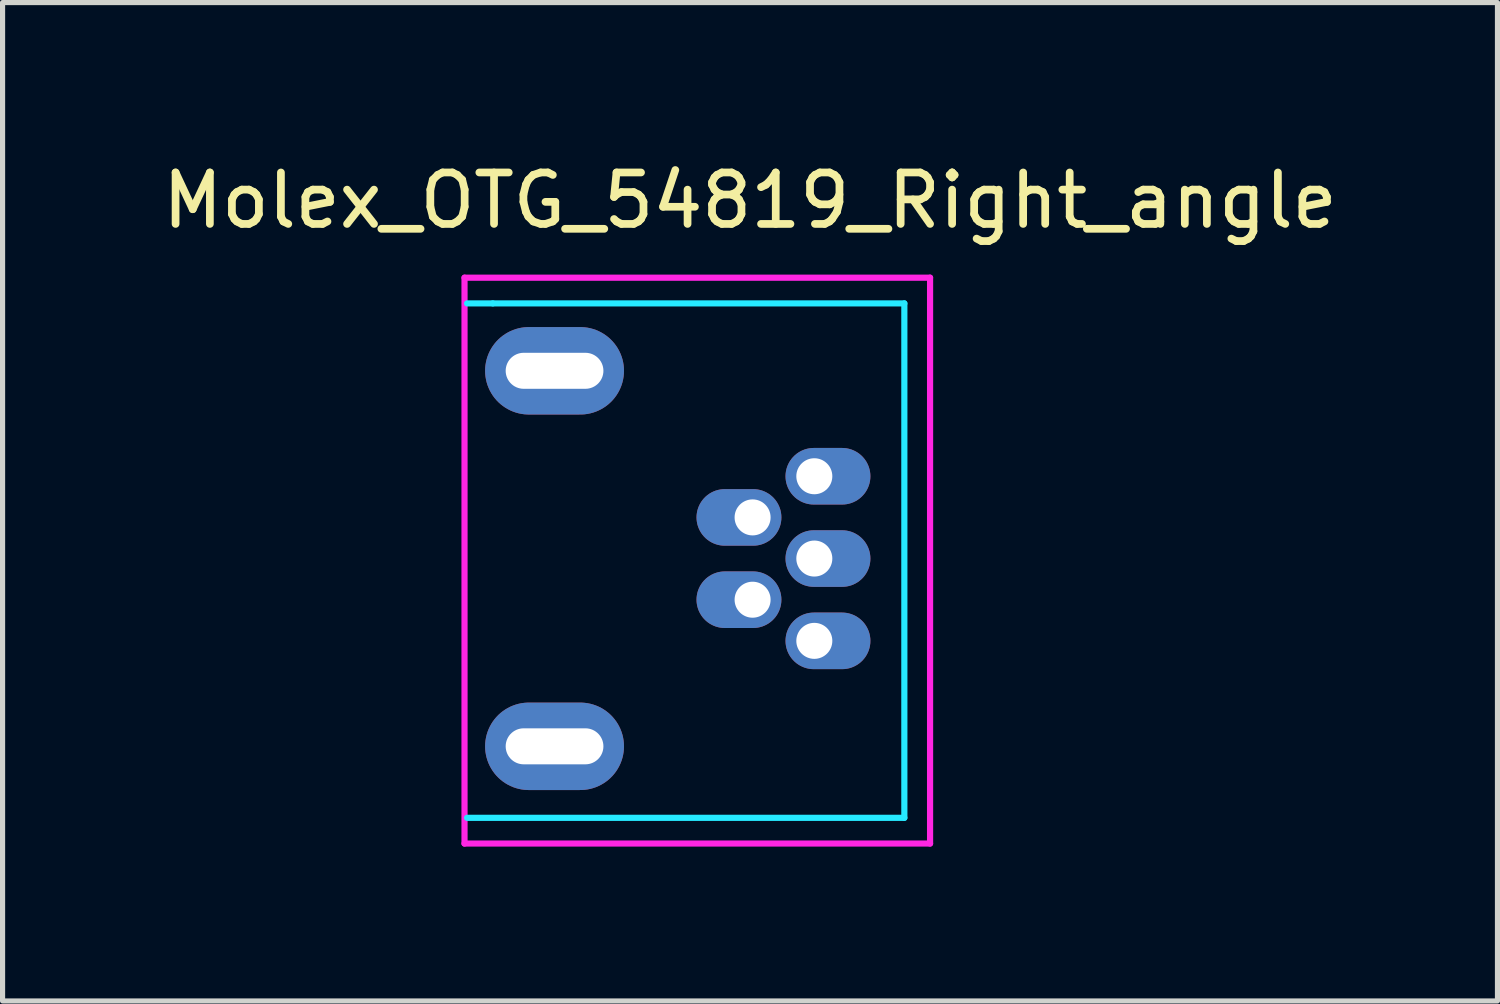
<source format=kicad_pcb>
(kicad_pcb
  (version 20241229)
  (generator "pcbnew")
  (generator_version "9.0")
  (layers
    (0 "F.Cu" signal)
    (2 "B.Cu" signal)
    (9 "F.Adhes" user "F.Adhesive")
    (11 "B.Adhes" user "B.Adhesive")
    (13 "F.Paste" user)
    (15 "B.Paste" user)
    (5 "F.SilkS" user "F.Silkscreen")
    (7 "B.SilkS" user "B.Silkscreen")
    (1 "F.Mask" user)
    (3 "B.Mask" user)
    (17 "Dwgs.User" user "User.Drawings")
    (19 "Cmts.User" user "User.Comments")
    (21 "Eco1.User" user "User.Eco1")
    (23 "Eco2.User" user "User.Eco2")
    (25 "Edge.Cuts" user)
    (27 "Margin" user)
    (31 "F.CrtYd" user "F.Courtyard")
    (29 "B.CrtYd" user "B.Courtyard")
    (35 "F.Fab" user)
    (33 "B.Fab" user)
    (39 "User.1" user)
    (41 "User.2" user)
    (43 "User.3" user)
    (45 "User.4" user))
  (footprint "Molex_OTG_54819_Right_angle"
    (layer "F.Cu")
    (at 11.53 0.348)
    (property "Reference" "Molex_OTG_54819_Right_angle" (at 0 0.5 0) (layer "F.SilkS") (effects (font (size 1 1) (thickness 0.15))))
    (attr through_hole)
    (fp_line (start -5.5 2.5) (end -5 2.5) (stroke (width 0.12) (type solid)) (layer "B.CrtYd"))
    (fp_line (start -5 2.5) (end 3 2.5) (stroke (width 0.12) (type solid)) (layer "B.CrtYd"))
    (fp_line (start 3 2.5) (end 3 12.5) (stroke (width 0.12) (type solid)) (layer "B.CrtYd"))
    (fp_line (start 3 12.5) (end -5.5 12.5) (stroke (width 0.12) (type solid)) (layer "B.CrtYd"))
    (fp_line (start -5.55 2) (end -5.55 13) (stroke (width 0.12) (type solid)) (layer "F.CrtYd"))
    (fp_line (start -5.55 2) (end 3.5 2) (stroke (width 0.12) (type solid)) (layer "F.CrtYd"))
    (fp_line (start 3.5 2) (end 3.5 13) (stroke (width 0.12) (type solid)) (layer "F.CrtYd"))
    (fp_line (start 3.5 13) (end -5.55 13) (stroke (width 0.12) (type solid)) (layer "F.CrtYd"))
    (pad "1" thru_hole oval (at 1.25 5.86) (size 1.65 1.1) (drill 0.7 (offset 0.265 0)) (layers "*.Cu" "*.Mask"))
    (pad "2" thru_hole oval (at 0.05 6.66 180) (size 1.65 1.1) (drill 0.7 (offset 0.265 0)) (layers "*.Cu" "*.Mask"))
    (pad "3" thru_hole oval (at 1.25 7.46) (size 1.65 1.1) (drill 0.7 (offset 0.265 0)) (layers "*.Cu" "*.Mask"))
    (pad "4" thru_hole oval (at 0.05 8.26 180) (size 1.65 1.1) (drill 0.7 (offset 0.265 0)) (layers "*.Cu" "*.Mask"))
    (pad "5" thru_hole oval (at -3.8 11.11) (size 2.7 1.7) (drill oval 1.9 0.7) (layers "*.Cu" "*.Mask"))
    (pad "5" thru_hole oval (at 1.25 9.06) (size 1.65 1.1) (drill 0.7 (offset 0.265 0)) (layers "*.Cu" "*.Mask"))
    (pad "6" thru_hole oval (at -3.8 3.81) (size 2.7 1.7) (drill oval 1.9 0.7) (layers "*.Cu" "*.Mask")))
  (gr_rect
    (start -3 -3)
    (end 26.06 16.408)
    (stroke (width 0.1) (type default))
    (fill no)
    (layer "Edge.Cuts")))
</source>
